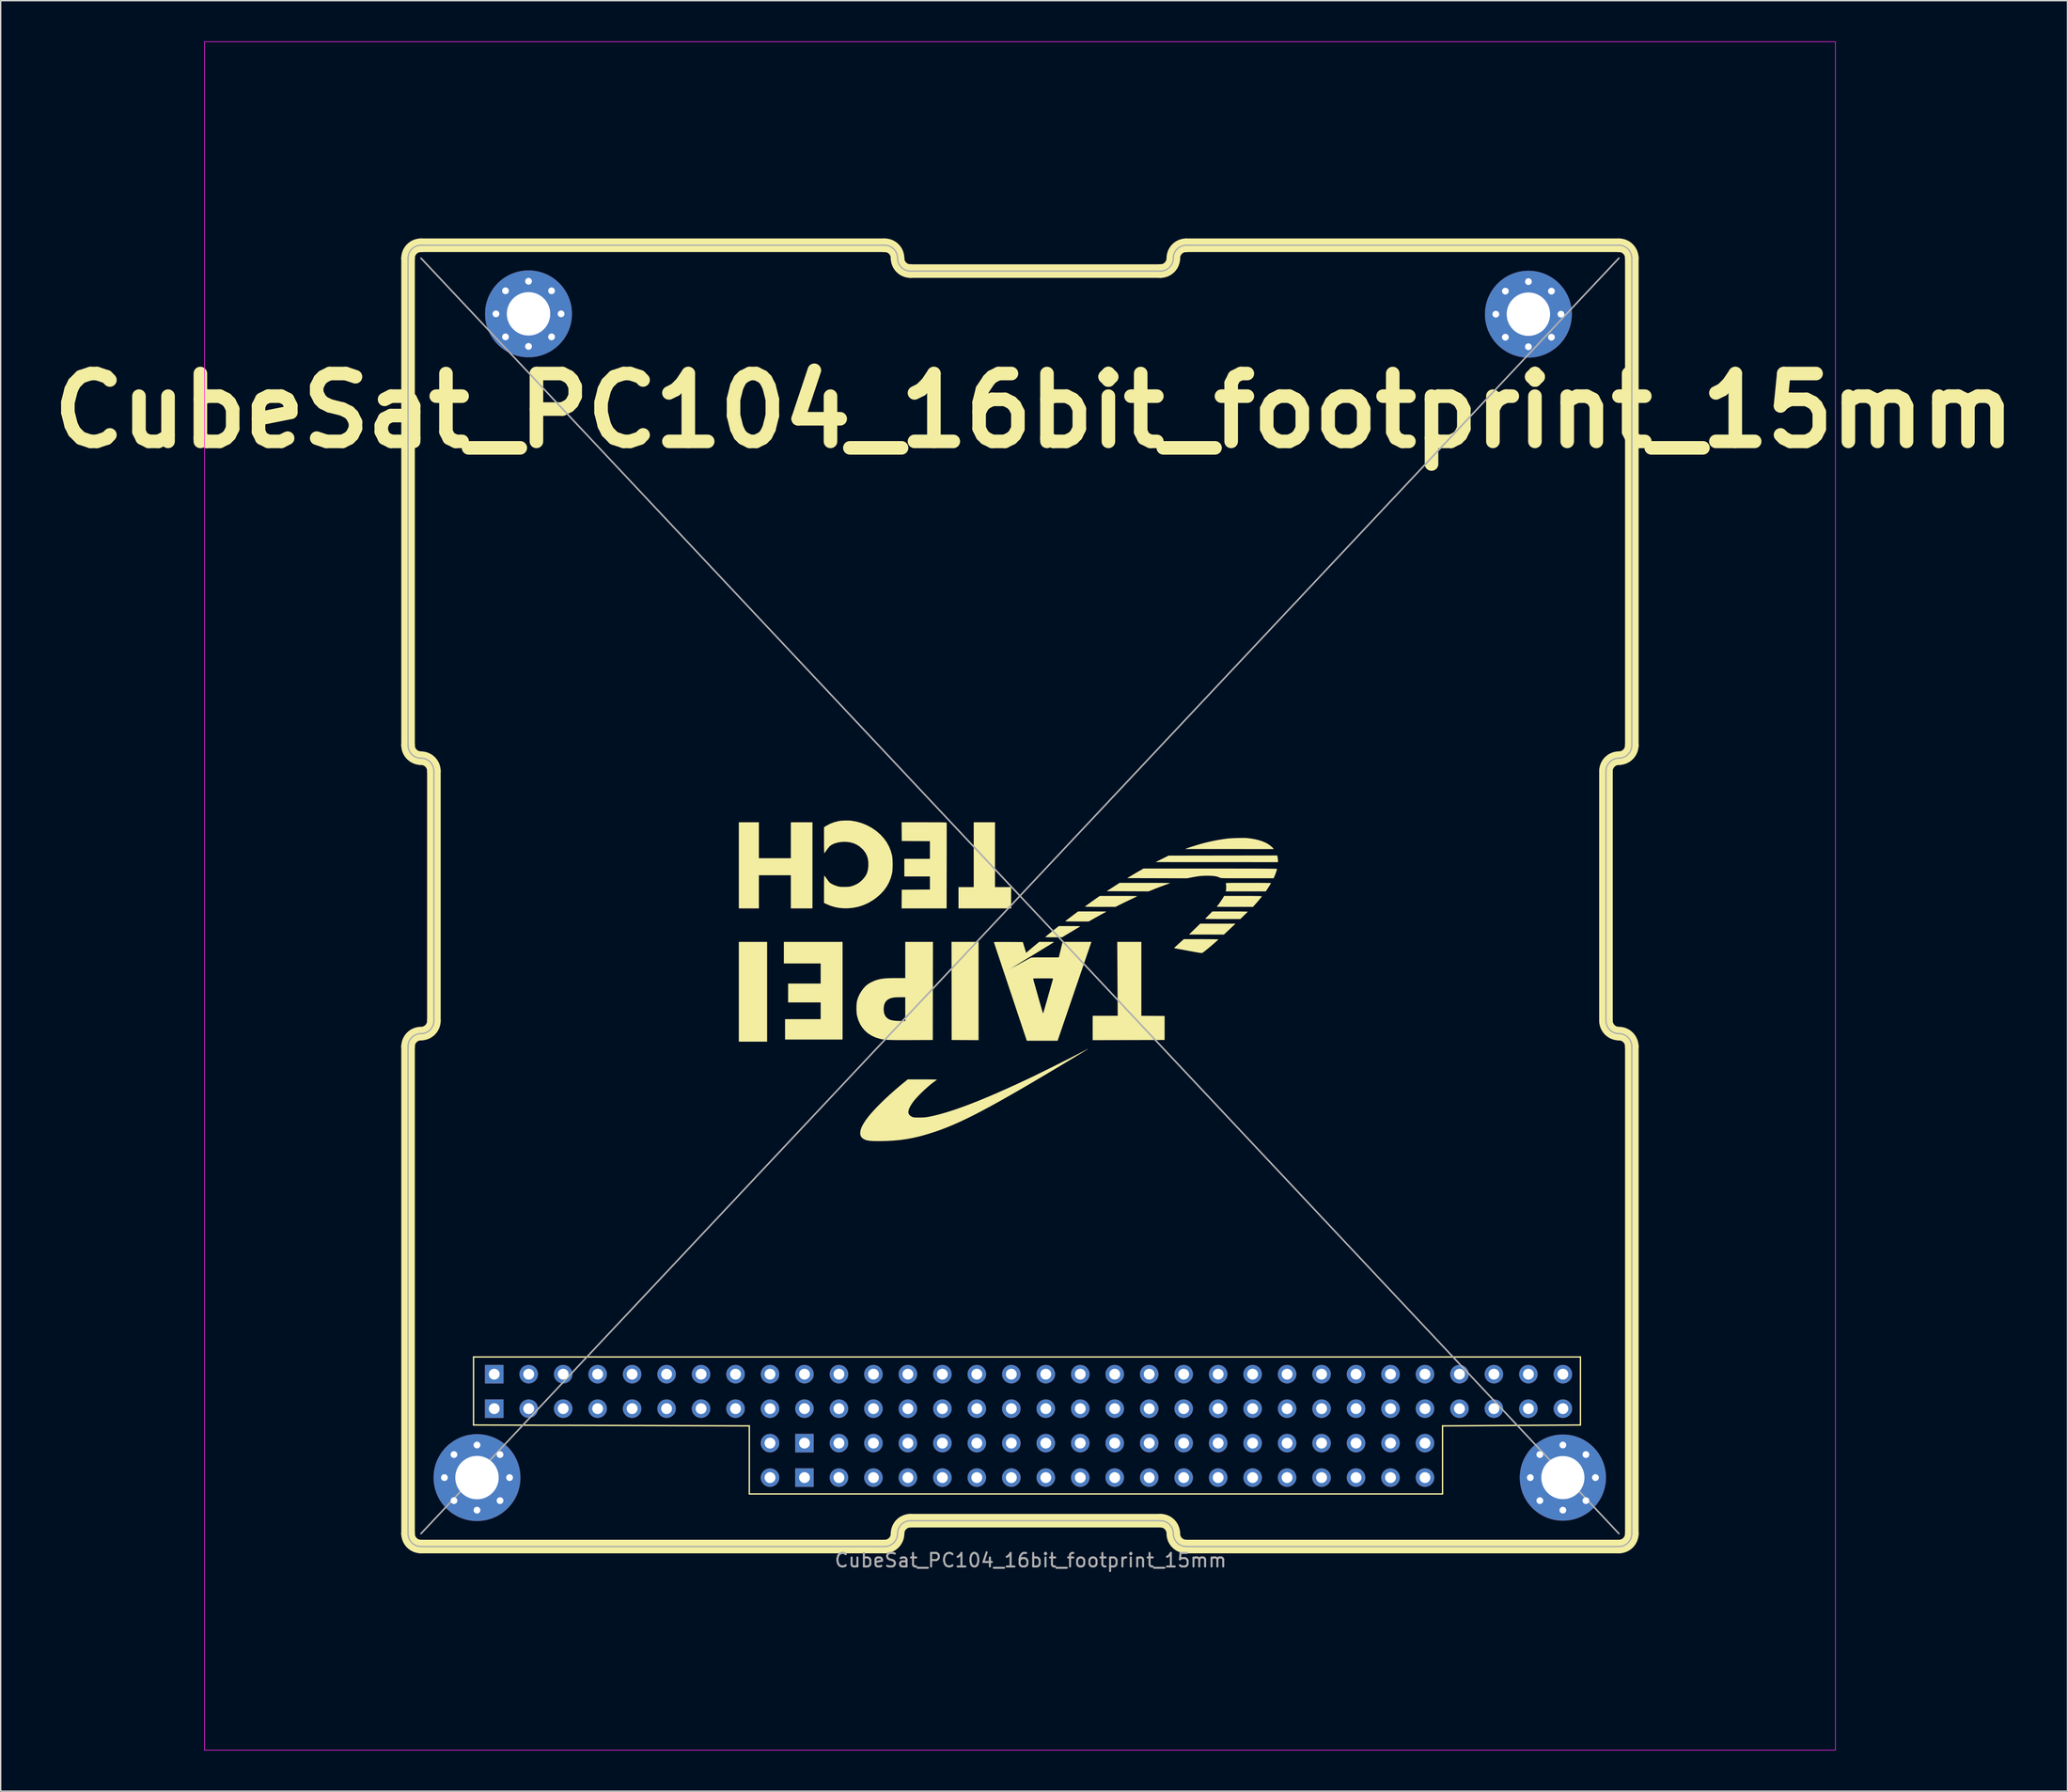
<source format=kicad_pcb>
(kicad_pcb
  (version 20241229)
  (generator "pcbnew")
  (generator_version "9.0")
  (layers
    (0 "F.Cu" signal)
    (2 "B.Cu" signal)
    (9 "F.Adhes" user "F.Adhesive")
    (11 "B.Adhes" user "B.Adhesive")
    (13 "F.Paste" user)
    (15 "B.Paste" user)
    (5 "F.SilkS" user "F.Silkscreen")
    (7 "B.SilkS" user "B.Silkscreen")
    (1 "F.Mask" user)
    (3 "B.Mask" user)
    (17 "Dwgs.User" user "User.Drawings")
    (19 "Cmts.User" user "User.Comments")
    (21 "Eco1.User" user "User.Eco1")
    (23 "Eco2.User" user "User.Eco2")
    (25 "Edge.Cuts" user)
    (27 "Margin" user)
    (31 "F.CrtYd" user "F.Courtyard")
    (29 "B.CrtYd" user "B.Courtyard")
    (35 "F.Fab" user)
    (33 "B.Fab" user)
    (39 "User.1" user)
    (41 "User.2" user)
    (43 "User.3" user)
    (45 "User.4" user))
  (footprint "CubeSat_PC104_16bit_footprint_15mm"
    (layer "F.Cu")
    (at 27.016 110.905)
    (property "Reference" "CubeSat_PC104_16bit_footprint_15mm" (at 46.126 -83.693 0) (layer "F.SilkS") (effects (font (size 5 5) (thickness 1))))
    (attr through_hole)
    (fp_line (start 0 -94.933) (end 0 -59.042) (stroke (width 1) (type solid)) (layer "F.SilkS"))
    (fp_line (start 0 -36.843) (end 0 -0.953) (stroke (width 1) (type solid)) (layer "F.SilkS"))
    (fp_line (start 0.953 -95.885) (end 35.115 -95.885) (stroke (width 1) (type solid)) (layer "F.SilkS"))
    (fp_line (start 0.953 0) (end 35.115 0) (stroke (width 1) (type solid)) (layer "F.SilkS"))
    (fp_line (start 1.905 -57.137) (end 1.905 -38.748) (stroke (width 1) (type solid)) (layer "F.SilkS"))
    (fp_line (start 4.825 -13.97) (end 4.825 -8.955) (stroke (width 0.1) (type default)) (layer "F.SilkS"))
    (fp_line (start 4.825 -8.955) (end 25.145 -8.89) (stroke (width 0.1) (type default)) (layer "F.SilkS"))
    (fp_line (start 25.145 -8.89) (end 25.145 -3.875) (stroke (width 0.1) (type default)) (layer "F.SilkS"))
    (fp_line (start 25.145 -3.875) (end 76.225 -3.875) (stroke (width 0.1) (type default)) (layer "F.SilkS"))
    (fp_line (start 37.02 -93.98) (end 55.435 -93.98) (stroke (width 1) (type solid)) (layer "F.SilkS"))
    (fp_line (start 37.02 -1.905) (end 55.435 -1.905) (stroke (width 1) (type solid)) (layer "F.SilkS"))
    (fp_line (start 57.34 -95.885) (end 89.218 -95.885) (stroke (width 1) (type solid)) (layer "F.SilkS"))
    (fp_line (start 57.34 0) (end 89.218 0) (stroke (width 1) (type solid)) (layer "F.SilkS"))
    (fp_line (start 76.225 -8.89) (end 76.225 -3.875) (stroke (width 0.1) (type default)) (layer "F.SilkS"))
    (fp_line (start 76.225 -8.89) (end 86.385 -8.955) (stroke (width 0.1) (type default)) (layer "F.SilkS"))
    (fp_line (start 86.385 -13.97) (end 4.825 -13.97) (stroke (width 0.1) (type default)) (layer "F.SilkS"))
    (fp_line (start 86.385 -8.955) (end 86.385 -13.97) (stroke (width 0.1) (type default)) (layer "F.SilkS"))
    (fp_line (start 88.265 -57.137) (end 88.265 -38.748) (stroke (width 1) (type solid)) (layer "F.SilkS"))
    (fp_line (start 90.17 -94.933) (end 90.17 -59.042) (stroke (width 1) (type solid)) (layer "F.SilkS"))
    (fp_line (start 90.17 -36.843) (end 90.17 -0.953) (stroke (width 1) (type solid)) (layer "F.SilkS"))
    (fp_arc (start 0 -94.9325) (mid 0.278981 -95.606019) (end 0.9525 -95.885) (stroke (width 1) (type solid)) (layer "F.SilkS"))
    (fp_arc (start 0 -36.8427) (mid 0.278981 -37.516219) (end 0.9525 -37.7952) (stroke (width 1) (type solid)) (layer "F.SilkS"))
    (fp_arc (start 0.9525 -58.0898) (mid 0.278981 -58.368781) (end 0 -59.0423) (stroke (width 1) (type solid)) (layer "F.SilkS"))
    (fp_arc (start 0.9525 -58.0898) (mid 1.626019 -57.810819) (end 1.905 -57.1373) (stroke (width 1) (type solid)) (layer "F.SilkS"))
    (fp_arc (start 0.9525 0) (mid 0.278981 -0.278981) (end 0 -0.9525) (stroke (width 1) (type solid)) (layer "F.SilkS"))
    (fp_arc (start 1.905 -38.7477) (mid 1.626019 -38.074181) (end 0.9525 -37.7952) (stroke (width 1) (type solid)) (layer "F.SilkS"))
    (fp_arc (start 35.1155 -95.885) (mid 35.789019 -95.606019) (end 36.068 -94.9325) (stroke (width 1) (type solid)) (layer "F.SilkS"))
    (fp_arc (start 36.068 -0.9525) (mid 35.789019 -0.278981) (end 35.1155 0) (stroke (width 1) (type solid)) (layer "F.SilkS"))
    (fp_arc (start 36.068 -0.9525) (mid 36.346981 -1.626019) (end 37.0205 -1.905) (stroke (width 1) (type solid)) (layer "F.SilkS"))
    (fp_arc (start 37.0205 -93.98) (mid 36.346981 -94.258981) (end 36.068 -94.9325) (stroke (width 1) (type solid)) (layer "F.SilkS"))
    (fp_arc (start 55.4355 -1.905) (mid 56.109019 -1.626019) (end 56.388 -0.9525) (stroke (width 1) (type solid)) (layer "F.SilkS"))
    (fp_arc (start 56.388 -94.9325) (mid 56.109019 -94.258981) (end 55.4355 -93.98) (stroke (width 1) (type solid)) (layer "F.SilkS"))
    (fp_arc (start 56.388 -94.9325) (mid 56.666981 -95.606019) (end 57.3405 -95.885) (stroke (width 1) (type solid)) (layer "F.SilkS"))
    (fp_arc (start 57.3405 0) (mid 56.666981 -0.278981) (end 56.388 -0.9525) (stroke (width 1) (type solid)) (layer "F.SilkS"))
    (fp_arc (start 88.265 -57.1373) (mid 88.543981 -57.810819) (end 89.2175 -58.0898) (stroke (width 1) (type solid)) (layer "F.SilkS"))
    (fp_arc (start 89.2175 -95.885) (mid 89.891019 -95.606019) (end 90.17 -94.9325) (stroke (width 1) (type solid)) (layer "F.SilkS"))
    (fp_arc (start 89.2175 -37.7952) (mid 88.543981 -38.074181) (end 88.265 -38.7477) (stroke (width 1) (type solid)) (layer "F.SilkS"))
    (fp_arc (start 89.2175 -37.7952) (mid 89.891019 -37.516219) (end 90.17 -36.8427) (stroke (width 1) (type solid)) (layer "F.SilkS"))
    (fp_arc (start 90.17 -59.0423) (mid 89.891019 -58.368781) (end 89.2175 -58.0898) (stroke (width 1) (type solid)) (layer "F.SilkS"))
    (fp_arc (start 90.17 -0.9525) (mid 89.891019 -0.278981) (end 89.2175 0) (stroke (width 1) (type solid)) (layer "F.SilkS"))
    (fp_poly (pts (xy 24.372 -40.878) (xy 24.372 -44.554) (xy 25.414 -44.554) (xy 26.457 -44.554) (xy 26.457 -40.878) (xy 26.457 -37.201) (xy 25.414 -37.201) (xy 24.372 -37.201)) (stroke (width 0) (type solid)) (fill yes) (layer "F.SilkS"))
    (fp_poly (pts (xy 41.045 -37.319) (xy 40.053 -37.324) (xy 40.048 -40.939) (xy 40.042 -44.554) (xy 41.04 -44.554) (xy 42.037 -44.554) (xy 42.037 -40.933) (xy 42.037 -37.313)) (stroke (width 0) (type solid)) (fill yes) (layer "F.SilkS"))
    (fp_poly (pts (xy 59.585 -50.43) (xy 55.074 -50.432) (xy 55.556 -50.671) (xy 56.038 -50.91) (xy 60.042 -50.916) (xy 64.046 -50.921) (xy 64.072 -50.794) (xy 64.087 -50.696) (xy 64.096 -50.592) (xy 64.097 -50.547) (xy 64.097 -50.428)) (stroke (width 0) (type solid)) (fill yes) (layer "F.SilkS"))
    (fp_poly (pts (xy 58.826 -45.093) (xy 57.54 -45.094) (xy 57.955 -45.496) (xy 58.369 -45.897) (xy 59.67 -45.897) (xy 60.97 -45.897) (xy 60.799 -45.736) (xy 60.718 -45.66) (xy 60.617 -45.564) (xy 60.505 -45.46) (xy 60.397 -45.358) (xy 60.37 -45.333) (xy 60.113 -45.092)) (stroke (width 0) (type solid)) (fill yes) (layer "F.SilkS"))
    (fp_poly (pts (xy 40.558 -47.805) (xy 40.558 -48.59) (xy 41.118 -48.59) (xy 41.679 -48.59) (xy 41.679 -50.977) (xy 41.679 -53.365) (xy 42.463 -53.365) (xy 43.248 -53.365) (xy 43.248 -50.977) (xy 43.248 -48.59) (xy 43.842 -48.59) (xy 44.436 -48.59) (xy 44.436 -47.805) (xy 44.436 -47.02) (xy 42.497 -47.02) (xy 40.558 -47.02)) (stroke (width 0) (type solid)) (fill yes) (layer "F.SilkS"))
    (fp_poly (pts (xy 50.444 -38.21) (xy 50.444 -39.107) (xy 51.366 -39.107) (xy 52.289 -39.107) (xy 52.272 -41.83) (xy 52.255 -44.554) (xy 53.143 -44.554) (xy 54.031 -44.554) (xy 54.031 -41.831) (xy 54.031 -39.107) (xy 54.889 -39.101) (xy 55.746 -39.095) (xy 55.746 -38.21) (xy 55.746 -37.324) (xy 53.095 -37.319) (xy 50.444 -37.313)) (stroke (width 0) (type solid)) (fill yes) (layer "F.SilkS"))
    (fp_poly (pts (xy 27.779 -38.109) (xy 27.779 -38.86) (xy 29.091 -38.86) (xy 30.402 -38.86) (xy 30.402 -39.477) (xy 30.402 -40.093) (xy 29.203 -40.093) (xy 28.004 -40.093) (xy 28.004 -40.788) (xy 28.004 -41.483) (xy 29.203 -41.483) (xy 30.402 -41.483) (xy 30.402 -42.223) (xy 30.402 -42.963) (xy 29.046 -42.963) (xy 27.69 -42.963) (xy 27.69 -43.758) (xy 27.69 -44.554) (xy 29.853 -44.554) (xy 32.016 -44.554) (xy 32.016 -40.956) (xy 32.016 -37.358) (xy 29.898 -37.358) (xy 27.779 -37.358)) (stroke (width 0) (type solid)) (fill yes) (layer "F.SilkS"))
    (fp_poly (pts (xy 28.205 -48.242) (xy 28.205 -49.464) (xy 27.028 -49.464) (xy 25.851 -49.464) (xy 25.851 -48.242) (xy 25.851 -47.02) (xy 25.112 -47.02) (xy 24.372 -47.02) (xy 24.372 -50.192) (xy 24.372 -53.365) (xy 25.112 -53.365) (xy 25.851 -53.365) (xy 25.851 -52.042) (xy 25.851 -50.719) (xy 27.028 -50.719) (xy 28.205 -50.719) (xy 28.205 -52.042) (xy 28.205 -53.365) (xy 29.001 -53.365) (xy 29.797 -53.365) (xy 29.797 -50.192) (xy 29.797 -47.02) (xy 29.001 -47.02) (xy 28.205 -47.02)) (stroke (width 0) (type solid)) (fill yes) (layer "F.SilkS"))
    (fp_poly (pts (xy 53.017 -48.281) (xy 51.475 -48.287) (xy 51.952 -48.595) (xy 52.428 -48.903) (xy 54.299 -48.903) (xy 54.584 -48.903) (xy 54.855 -48.903) (xy 55.109 -48.902) (xy 55.343 -48.9) (xy 55.554 -48.898) (xy 55.737 -48.897) (xy 55.891 -48.894) (xy 56.012 -48.892) (xy 56.097 -48.889) (xy 56.142 -48.886) (xy 56.149 -48.885) (xy 56.121 -48.871) (xy 56.059 -48.846) (xy 55.97 -48.813) (xy 55.863 -48.775) (xy 55.814 -48.758) (xy 55.693 -48.715) (xy 55.544 -48.66) (xy 55.378 -48.598) (xy 55.208 -48.532) (xy 55.045 -48.469) (xy 55.03 -48.462) (xy 54.56 -48.275)) (stroke (width 0) (type solid)) (fill yes) (layer "F.SilkS"))
    (fp_poly (pts (xy 47.407 -44.891) (xy 47.261 -44.893) (xy 47.136 -44.895) (xy 47.039 -44.899) (xy 46.975 -44.902) (xy 46.948 -44.907) (xy 46.948 -44.907) (xy 46.965 -44.925) (xy 47.013 -44.967) (xy 47.087 -45.029) (xy 47.183 -45.109) (xy 47.297 -45.201) (xy 47.423 -45.302) (xy 47.447 -45.321) (xy 47.945 -45.718) (xy 48.751 -45.719) (xy 48.935 -45.719) (xy 49.103 -45.718) (xy 49.25 -45.716) (xy 49.372 -45.713) (xy 49.463 -45.71) (xy 49.519 -45.706) (xy 49.535 -45.702) (xy 49.512 -45.687) (xy 49.454 -45.651) (xy 49.367 -45.598) (xy 49.256 -45.531) (xy 49.124 -45.451) (xy 48.976 -45.362) (xy 48.852 -45.288) (xy 48.189 -44.891) (xy 47.568 -44.891)) (stroke (width 0) (type solid)) (fill yes) (layer "F.SilkS"))
    (fp_poly (pts (xy 59.795 -46.236) (xy 59.573 -46.237) (xy 59.369 -46.238) (xy 59.186 -46.24) (xy 59.03 -46.242) (xy 58.903 -46.244) (xy 58.81 -46.247) (xy 58.754 -46.25) (xy 58.739 -46.253) (xy 58.754 -46.274) (xy 58.796 -46.32) (xy 58.859 -46.387) (xy 58.939 -46.469) (xy 59.003 -46.533) (xy 59.267 -46.796) (xy 60.574 -46.796) (xy 60.811 -46.796) (xy 61.034 -46.795) (xy 61.239 -46.794) (xy 61.423 -46.792) (xy 61.58 -46.79) (xy 61.708 -46.787) (xy 61.802 -46.784) (xy 61.858 -46.781) (xy 61.874 -46.779) (xy 61.856 -46.758) (xy 61.811 -46.712) (xy 61.745 -46.645) (xy 61.663 -46.565) (xy 61.595 -46.498) (xy 61.324 -46.236) (xy 60.031 -46.236)) (stroke (width 0) (type solid)) (fill yes) (layer "F.SilkS"))
    (fp_poly (pts (xy 49.098 -46.057) (xy 48.921 -46.058) (xy 48.764 -46.06) (xy 48.631 -46.062) (xy 48.528 -46.065) (xy 48.458 -46.069) (xy 48.428 -46.072) (xy 48.427 -46.073) (xy 48.444 -46.091) (xy 48.493 -46.131) (xy 48.568 -46.191) (xy 48.665 -46.266) (xy 48.779 -46.354) (xy 48.897 -46.443) (xy 49.367 -46.796) (xy 50.41 -46.796) (xy 50.621 -46.796) (xy 50.819 -46.795) (xy 50.997 -46.794) (xy 51.152 -46.793) (xy 51.28 -46.792) (xy 51.375 -46.79) (xy 51.435 -46.789) (xy 51.453 -46.787) (xy 51.435 -46.774) (xy 51.383 -46.743) (xy 51.305 -46.698) (xy 51.207 -46.644) (xy 51.134 -46.604) (xy 50.993 -46.527) (xy 50.831 -46.437) (xy 50.666 -46.346) (xy 50.516 -46.261) (xy 50.484 -46.243) (xy 50.153 -46.056) (xy 49.29 -46.056)) (stroke (width 0) (type solid)) (fill yes) (layer "F.SilkS"))
    (fp_poly (pts (xy 60.516 -51.393) (xy 57.248 -51.394) (xy 57.428 -51.461) (xy 57.527 -51.496) (xy 57.661 -51.541) (xy 57.817 -51.592) (xy 57.988 -51.645) (xy 58.163 -51.699) (xy 58.332 -51.749) (xy 58.485 -51.794) (xy 58.605 -51.827) (xy 58.977 -51.919) (xy 59.371 -52.004) (xy 59.771 -52.078) (xy 60.159 -52.139) (xy 60.376 -52.166) (xy 60.488 -52.177) (xy 60.632 -52.186) (xy 60.798 -52.195) (xy 60.977 -52.202) (xy 61.16 -52.208) (xy 61.337 -52.212) (xy 61.501 -52.213) (xy 61.641 -52.213) (xy 61.748 -52.209) (xy 61.777 -52.207) (xy 62.103 -52.171) (xy 62.416 -52.115) (xy 62.709 -52.042) (xy 62.976 -51.953) (xy 63.21 -51.851) (xy 63.314 -51.794) (xy 63.41 -51.733) (xy 63.51 -51.662) (xy 63.604 -51.588) (xy 63.683 -51.518) (xy 63.737 -51.462) (xy 63.747 -51.448) (xy 63.784 -51.392)) (stroke (width 0) (type solid)) (fill yes) (layer "F.SilkS"))
    (fp_poly (pts (xy 50.743 -47.133) (xy 50.519 -47.134) (xy 50.323 -47.136) (xy 50.159 -47.138) (xy 50.029 -47.141) (xy 49.937 -47.145) (xy 49.883 -47.149) (xy 49.872 -47.153) (xy 49.894 -47.172) (xy 49.95 -47.215) (xy 50.037 -47.279) (xy 50.154 -47.363) (xy 50.297 -47.466) (xy 50.464 -47.585) (xy 50.652 -47.718) (xy 50.846 -47.854) (xy 50.967 -47.939) (xy 52.358 -47.939) (xy 52.648 -47.939) (xy 52.907 -47.938) (xy 53.135 -47.937) (xy 53.329 -47.934) (xy 53.486 -47.932) (xy 53.606 -47.929) (xy 53.686 -47.925) (xy 53.725 -47.921) (xy 53.728 -47.919) (xy 53.702 -47.903) (xy 53.641 -47.872) (xy 53.553 -47.828) (xy 53.443 -47.775) (xy 53.318 -47.715) (xy 53.279 -47.696) (xy 53.118 -47.621) (xy 52.942 -47.536) (xy 52.764 -47.45) (xy 52.6 -47.369) (xy 52.489 -47.314) (xy 52.126 -47.132) (xy 50.993 -47.132)) (stroke (width 0) (type solid)) (fill yes) (layer "F.SilkS"))
    (fp_poly (pts (xy 60.683 -47.133) (xy 60.457 -47.133) (xy 60.249 -47.134) (xy 60.063 -47.136) (xy 59.902 -47.137) (xy 59.77 -47.139) (xy 59.672 -47.141) (xy 59.611 -47.144) (xy 59.591 -47.146) (xy 59.604 -47.169) (xy 59.639 -47.215) (xy 59.679 -47.265) (xy 59.731 -47.332) (xy 59.799 -47.426) (xy 59.875 -47.535) (xy 59.951 -47.649) (xy 60.02 -47.754) (xy 60.073 -47.841) (xy 60.089 -47.869) (xy 60.127 -47.939) (xy 61.518 -47.939) (xy 61.825 -47.939) (xy 62.089 -47.938) (xy 62.312 -47.937) (xy 62.496 -47.935) (xy 62.644 -47.933) (xy 62.757 -47.93) (xy 62.837 -47.926) (xy 62.887 -47.921) (xy 62.908 -47.916) (xy 62.909 -47.914) (xy 62.895 -47.886) (xy 62.854 -47.829) (xy 62.791 -47.749) (xy 62.71 -47.651) (xy 62.615 -47.538) (xy 62.509 -47.417) (xy 62.421 -47.317) (xy 62.255 -47.132) (xy 60.923 -47.132)) (stroke (width 0) (type solid)) (fill yes) (layer "F.SilkS"))
    (fp_poly (pts (xy 60.268 -48.359) (xy 60.277 -48.421) (xy 60.281 -48.509) (xy 60.281 -48.611) (xy 60.276 -48.713) (xy 60.267 -48.8) (xy 60.255 -48.859) (xy 60.253 -48.864) (xy 60.252 -48.872) (xy 60.257 -48.878) (xy 60.27 -48.883) (xy 60.296 -48.888) (xy 60.336 -48.892) (xy 60.395 -48.895) (xy 60.474 -48.898) (xy 60.577 -48.9) (xy 60.706 -48.901) (xy 60.866 -48.902) (xy 61.057 -48.903) (xy 61.285 -48.903) (xy 61.551 -48.903) (xy 61.858 -48.903) (xy 61.909 -48.903) (xy 62.178 -48.903) (xy 62.434 -48.903) (xy 62.673 -48.902) (xy 62.892 -48.901) (xy 63.087 -48.899) (xy 63.254 -48.897) (xy 63.391 -48.895) (xy 63.494 -48.893) (xy 63.558 -48.891) (xy 63.582 -48.889) (xy 63.582 -48.889) (xy 63.569 -48.857) (xy 63.535 -48.795) (xy 63.482 -48.707) (xy 63.415 -48.6) (xy 63.336 -48.479) (xy 63.331 -48.472) (xy 63.199 -48.276) (xy 61.722 -48.276) (xy 60.245 -48.276)) (stroke (width 0) (type solid)) (fill yes) (layer "F.SilkS"))
    (fp_poly (pts (xy 36.371 -47.71) (xy 36.377 -48.399) (xy 37.414 -48.405) (xy 38.451 -48.411) (xy 38.451 -48.892) (xy 38.451 -49.374) (xy 37.509 -49.374) (xy 36.567 -49.374) (xy 36.567 -50.024) (xy 36.567 -50.674) (xy 37.509 -50.674) (xy 38.451 -50.674) (xy 38.451 -51.324) (xy 38.451 -51.974) (xy 37.414 -51.98) (xy 36.377 -51.986) (xy 36.371 -52.675) (xy 36.365 -53.365) (xy 38.023 -53.365) (xy 38.336 -53.365) (xy 38.607 -53.364) (xy 38.839 -53.364) (xy 39.036 -53.363) (xy 39.2 -53.362) (xy 39.334 -53.361) (xy 39.441 -53.359) (xy 39.524 -53.356) (xy 39.586 -53.353) (xy 39.63 -53.349) (xy 39.659 -53.344) (xy 39.677 -53.339) (xy 39.685 -53.332) (xy 39.688 -53.327) (xy 39.688 -53.301) (xy 39.689 -53.232) (xy 39.69 -53.123) (xy 39.69 -52.978) (xy 39.691 -52.798) (xy 39.691 -52.586) (xy 39.691 -52.344) (xy 39.691 -52.076) (xy 39.691 -51.784) (xy 39.691 -51.47) (xy 39.69 -51.137) (xy 39.69 -50.787) (xy 39.689 -50.424) (xy 39.689 -50.155) (xy 39.683 -47.02) (xy 38.024 -47.02) (xy 36.365 -47.02)) (stroke (width 0) (type solid)) (fill yes) (layer "F.SilkS"))
    (fp_poly (pts (xy 58.397 -43.74) (xy 58.33 -43.748) (xy 58.241 -43.762) (xy 58.126 -43.782) (xy 57.981 -43.807) (xy 57.801 -43.84) (xy 57.584 -43.88) (xy 57.468 -43.901) (xy 57.262 -43.939) (xy 57.069 -43.975) (xy 56.894 -44.007) (xy 56.741 -44.036) (xy 56.615 -44.059) (xy 56.521 -44.077) (xy 56.463 -44.088) (xy 56.445 -44.091) (xy 56.455 -44.107) (xy 56.494 -44.148) (xy 56.558 -44.21) (xy 56.642 -44.289) (xy 56.742 -44.38) (xy 56.792 -44.426) (xy 57.159 -44.755) (xy 58.431 -44.754) (xy 58.665 -44.754) (xy 58.885 -44.753) (xy 59.088 -44.752) (xy 59.268 -44.75) (xy 59.423 -44.747) (xy 59.547 -44.745) (xy 59.638 -44.742) (xy 59.691 -44.739) (xy 59.703 -44.737) (xy 59.687 -44.714) (xy 59.64 -44.668) (xy 59.568 -44.601) (xy 59.477 -44.519) (xy 59.37 -44.426) (xy 59.252 -44.325) (xy 59.13 -44.22) (xy 59.006 -44.117) (xy 58.888 -44.019) (xy 58.778 -43.93) (xy 58.683 -43.855) (xy 58.607 -43.797) (xy 58.555 -43.761) (xy 58.544 -43.755) (xy 58.527 -43.746) (xy 58.507 -43.739) (xy 58.481 -43.736) (xy 58.446 -43.736)) (stroke (width 0) (type solid)) (fill yes) (layer "F.SilkS"))
    (fp_poly (pts (xy 55.195 -49.245) (xy 52.989 -49.251) (xy 53.235 -49.4) (xy 53.342 -49.463) (xy 53.474 -49.541) (xy 53.618 -49.626) (xy 53.762 -49.71) (xy 53.837 -49.753) (xy 54.191 -49.957) (xy 59.11 -49.957) (xy 59.677 -49.957) (xy 60.201 -49.957) (xy 60.683 -49.957) (xy 61.125 -49.956) (xy 61.528 -49.956) (xy 61.895 -49.955) (xy 62.226 -49.955) (xy 62.523 -49.954) (xy 62.788 -49.953) (xy 63.023 -49.952) (xy 63.228 -49.951) (xy 63.406 -49.949) (xy 63.558 -49.947) (xy 63.685 -49.946) (xy 63.79 -49.943) (xy 63.874 -49.941) (xy 63.938 -49.939) (xy 63.983 -49.936) (xy 64.013 -49.933) (xy 64.028 -49.93) (xy 64.03 -49.928) (xy 64.022 -49.888) (xy 64.002 -49.818) (xy 63.971 -49.726) (xy 63.936 -49.624) (xy 63.897 -49.521) (xy 63.86 -49.428) (xy 63.838 -49.376) (xy 63.777 -49.24) (xy 61.84 -49.24) (xy 61.501 -49.24) (xy 61.204 -49.24) (xy 60.945 -49.24) (xy 60.723 -49.241) (xy 60.534 -49.241) (xy 60.375 -49.242) (xy 60.244 -49.244) (xy 60.137 -49.246) (xy 60.051 -49.248) (xy 59.984 -49.252) (xy 59.933 -49.255) (xy 59.895 -49.26) (xy 59.866 -49.265) (xy 59.845 -49.272) (xy 59.827 -49.279) (xy 59.814 -49.285) (xy 59.69 -49.338) (xy 59.547 -49.378) (xy 59.381 -49.406) (xy 59.184 -49.422) (xy 58.95 -49.429) (xy 58.919 -49.429) (xy 58.735 -49.427) (xy 58.572 -49.422) (xy 58.418 -49.411) (xy 58.263 -49.394) (xy 58.095 -49.369) (xy 57.903 -49.336) (xy 57.74 -49.305) (xy 57.401 -49.239)) (stroke (width 0) (type solid)) (fill yes) (layer "F.SilkS"))
    (fp_poly (pts (xy 36.184 -37.317) (xy 35.947 -37.318) (xy 35.741 -37.321) (xy 35.562 -37.325) (xy 35.408 -37.331) (xy 35.274 -37.339) (xy 35.157 -37.348) (xy 35.055 -37.359) (xy 34.962 -37.372) (xy 34.876 -37.387) (xy 34.794 -37.405) (xy 34.762 -37.412) (xy 34.446 -37.51) (xy 34.158 -37.642) (xy 33.899 -37.807) (xy 33.67 -38.004) (xy 33.474 -38.232) (xy 33.31 -38.489) (xy 33.181 -38.775) (xy 33.087 -39.087) (xy 33.079 -39.12) (xy 33.056 -39.265) (xy 33.042 -39.439) (xy 33.037 -39.629) (xy 33.041 -39.823) (xy 33.053 -40.006) (xy 33.074 -40.166) (xy 33.089 -40.239) (xy 33.161 -40.462) (xy 33.266 -40.691) (xy 33.398 -40.914) (xy 33.548 -41.119) (xy 33.711 -41.296) (xy 33.783 -41.36) (xy 33.935 -41.471) (xy 34.119 -41.576) (xy 34.32 -41.67) (xy 34.525 -41.746) (xy 34.662 -41.784) (xy 34.794 -41.813) (xy 34.926 -41.836) (xy 35.065 -41.854) (xy 35.218 -41.868) (xy 35.392 -41.877) (xy 35.592 -41.883) (xy 35.826 -41.886) (xy 35.998 -41.886) (xy 36.635 -41.886) (xy 36.635 -43.22) (xy 36.635 -44.554) (xy 37.655 -44.554) (xy 38.675 -44.554) (xy 38.669 -40.939) (xy 38.666 -38.725) (xy 36.635 -38.725) (xy 36.635 -39.6) (xy 36.635 -40.474) (xy 36.253 -40.474) (xy 36.043 -40.471) (xy 35.874 -40.462) (xy 35.741 -40.446) (xy 35.698 -40.439) (xy 35.504 -40.382) (xy 35.345 -40.297) (xy 35.22 -40.185) (xy 35.129 -40.043) (xy 35.072 -39.872) (xy 35.047 -39.671) (xy 35.048 -39.522) (xy 35.071 -39.336) (xy 35.12 -39.18) (xy 35.199 -39.049) (xy 35.26 -38.979) (xy 35.353 -38.901) (xy 35.461 -38.839) (xy 35.589 -38.792) (xy 35.743 -38.759) (xy 35.929 -38.738) (xy 36.15 -38.728) (xy 36.27 -38.726) (xy 36.635 -38.725) (xy 38.666 -38.725) (xy 38.664 -37.324) (xy 37.117 -37.318) (xy 36.766 -37.317) (xy 36.456 -37.316)) (stroke (width 0) (type solid)) (fill yes) (layer "F.SilkS"))
    (fp_poly (pts (xy 32.084 -47.028) (xy 31.754 -47.057) (xy 31.442 -47.118) (xy 31.133 -47.212) (xy 30.834 -47.336) (xy 30.649 -47.421) (xy 30.649 -48.431) (xy 30.649 -48.639) (xy 30.65 -48.833) (xy 30.652 -49.007) (xy 30.654 -49.159) (xy 30.657 -49.282) (xy 30.66 -49.373) (xy 30.663 -49.427) (xy 30.666 -49.441) (xy 30.685 -49.424) (xy 30.723 -49.377) (xy 30.775 -49.308) (xy 30.828 -49.234) (xy 30.895 -49.141) (xy 30.959 -49.055) (xy 31.012 -48.986) (xy 31.039 -48.952) (xy 31.115 -48.887) (xy 31.228 -48.818) (xy 31.368 -48.751) (xy 31.527 -48.69) (xy 31.606 -48.665) (xy 31.691 -48.641) (xy 31.766 -48.624) (xy 31.843 -48.613) (xy 31.934 -48.607) (xy 32.05 -48.604) (xy 32.14 -48.604) (xy 32.313 -48.606) (xy 32.454 -48.614) (xy 32.576 -48.632) (xy 32.693 -48.661) (xy 32.818 -48.703) (xy 32.894 -48.733) (xy 33.073 -48.817) (xy 33.234 -48.918) (xy 33.391 -49.047) (xy 33.464 -49.116) (xy 33.621 -49.29) (xy 33.742 -49.469) (xy 33.828 -49.66) (xy 33.884 -49.872) (xy 33.913 -50.113) (xy 33.916 -50.172) (xy 33.913 -50.446) (xy 33.876 -50.694) (xy 33.805 -50.918) (xy 33.698 -51.124) (xy 33.553 -51.316) (xy 33.502 -51.372) (xy 33.293 -51.562) (xy 33.066 -51.712) (xy 32.82 -51.822) (xy 32.553 -51.893) (xy 32.265 -51.925) (xy 32.045 -51.924) (xy 31.824 -51.903) (xy 31.613 -51.861) (xy 31.42 -51.802) (xy 31.251 -51.727) (xy 31.115 -51.64) (xy 31.078 -51.608) (xy 31.035 -51.561) (xy 30.974 -51.488) (xy 30.906 -51.399) (xy 30.848 -51.32) (xy 30.786 -51.234) (xy 30.732 -51.162) (xy 30.691 -51.111) (xy 30.671 -51.089) (xy 30.665 -51.107) (xy 30.66 -51.17) (xy 30.656 -51.276) (xy 30.653 -51.426) (xy 30.65 -51.618) (xy 30.649 -51.852) (xy 30.649 -52.039) (xy 30.649 -53.003) (xy 30.812 -53.104) (xy 31.093 -53.255) (xy 31.4 -53.373) (xy 31.723 -53.455) (xy 31.778 -53.465) (xy 31.881 -53.478) (xy 32.015 -53.487) (xy 32.166 -53.494) (xy 32.322 -53.496) (xy 32.469 -53.495) (xy 32.594 -53.49) (xy 32.655 -53.484) (xy 33.059 -53.411) (xy 33.449 -53.297) (xy 33.821 -53.143) (xy 34.173 -52.952) (xy 34.501 -52.725) (xy 34.802 -52.463) (xy 34.809 -52.457) (xy 35.061 -52.181) (xy 35.273 -51.886) (xy 35.445 -51.57) (xy 35.578 -51.234) (xy 35.665 -50.914) (xy 35.683 -50.797) (xy 35.696 -50.647) (xy 35.704 -50.473) (xy 35.707 -50.286) (xy 35.705 -50.098) (xy 35.698 -49.919) (xy 35.686 -49.76) (xy 35.669 -49.631) (xy 35.662 -49.598) (xy 35.564 -49.246) (xy 35.429 -48.916) (xy 35.255 -48.607) (xy 35.043 -48.319) (xy 34.791 -48.051) (xy 34.498 -47.801) (xy 34.269 -47.636) (xy 33.921 -47.429) (xy 33.558 -47.264) (xy 33.181 -47.142) (xy 32.792 -47.063) (xy 32.392 -47.026)) (stroke (width 0) (type solid)) (fill yes) (layer "F.SilkS"))
    (fp_poly (pts (xy 34.479 -29.874) (xy 34.276 -29.879) (xy 34.105 -29.889) (xy 33.961 -29.904) (xy 33.84 -29.925) (xy 33.736 -29.953) (xy 33.646 -29.988) (xy 33.566 -30.031) (xy 33.527 -30.055) (xy 33.424 -30.141) (xy 33.358 -30.238) (xy 33.324 -30.357) (xy 33.317 -30.466) (xy 33.331 -30.622) (xy 33.375 -30.788) (xy 33.451 -30.969) (xy 33.56 -31.168) (xy 33.702 -31.388) (xy 33.869 -31.615) (xy 34.071 -31.863) (xy 34.306 -32.129) (xy 34.571 -32.41) (xy 34.863 -32.704) (xy 35.179 -33.008) (xy 35.516 -33.319) (xy 35.871 -33.634) (xy 36.243 -33.951) (xy 36.496 -34.16) (xy 36.816 -34.421) (xy 37.907 -34.421) (xy 38.122 -34.421) (xy 38.323 -34.42) (xy 38.504 -34.418) (xy 38.662 -34.416) (xy 38.793 -34.413) (xy 38.891 -34.41) (xy 38.954 -34.407) (xy 38.976 -34.403) (xy 38.976 -34.403) (xy 38.949 -34.382) (xy 38.895 -34.343) (xy 38.824 -34.293) (xy 38.798 -34.274) (xy 38.626 -34.147) (xy 38.437 -33.993) (xy 38.237 -33.821) (xy 38.034 -33.636) (xy 37.835 -33.446) (xy 37.646 -33.256) (xy 37.474 -33.074) (xy 37.326 -32.905) (xy 37.23 -32.785) (xy 37.088 -32.581) (xy 36.98 -32.394) (xy 36.906 -32.226) (xy 36.868 -32.079) (xy 36.866 -31.954) (xy 36.87 -31.933) (xy 36.912 -31.839) (xy 36.991 -31.752) (xy 37.098 -31.681) (xy 37.146 -31.66) (xy 37.196 -31.641) (xy 37.243 -31.628) (xy 37.297 -31.619) (xy 37.367 -31.613) (xy 37.459 -31.61) (xy 37.582 -31.61) (xy 37.677 -31.61) (xy 37.841 -31.612) (xy 37.975 -31.616) (xy 38.09 -31.625) (xy 38.201 -31.638) (xy 38.321 -31.658) (xy 38.395 -31.672) (xy 38.767 -31.752) (xy 39.166 -31.851) (xy 39.593 -31.972) (xy 40.047 -32.114) (xy 40.53 -32.277) (xy 41.043 -32.462) (xy 41.587 -32.669) (xy 42.162 -32.899) (xy 42.77 -33.151) (xy 43.412 -33.427) (xy 44.089 -33.727) (xy 44.8 -34.05) (xy 45.549 -34.398) (xy 45.602 -34.423) (xy 45.833 -34.533) (xy 46.095 -34.658) (xy 46.381 -34.798) (xy 46.688 -34.948) (xy 47.01 -35.107) (xy 47.342 -35.271) (xy 47.68 -35.439) (xy 48.017 -35.608) (xy 48.349 -35.775) (xy 48.671 -35.938) (xy 48.977 -36.094) (xy 49.264 -36.241) (xy 49.525 -36.377) (xy 49.756 -36.498) (xy 49.951 -36.601) (xy 50.024 -36.639) (xy 50.075 -36.664) (xy 50.098 -36.671) (xy 50.097 -36.668) (xy 50.07 -36.648) (xy 50.007 -36.607) (xy 49.911 -36.547) (xy 49.784 -36.468) (xy 49.63 -36.373) (xy 49.451 -36.264) (xy 49.249 -36.141) (xy 49.029 -36.007) (xy 48.791 -35.864) (xy 48.54 -35.712) (xy 48.277 -35.554) (xy 48.005 -35.391) (xy 47.728 -35.225) (xy 47.448 -35.058) (xy 47.167 -34.891) (xy 46.889 -34.725) (xy 46.616 -34.563) (xy 46.351 -34.406) (xy 46.096 -34.256) (xy 45.855 -34.114) (xy 45.629 -33.982) (xy 45.613 -33.973) (xy 45.015 -33.625) (xy 44.451 -33.301) (xy 43.92 -32.999) (xy 43.42 -32.719) (xy 42.949 -32.459) (xy 42.503 -32.219) (xy 42.082 -31.996) (xy 41.682 -31.79) (xy 41.302 -31.601) (xy 40.939 -31.426) (xy 40.591 -31.264) (xy 40.256 -31.115) (xy 39.931 -30.977) (xy 39.615 -30.85) (xy 39.304 -30.732) (xy 38.998 -30.622) (xy 38.764 -30.542) (xy 38.235 -30.374) (xy 37.731 -30.233) (xy 37.244 -30.119) (xy 36.765 -30.028) (xy 36.285 -29.959) (xy 35.795 -29.912) (xy 35.286 -29.884) (xy 34.995 -29.877) (xy 34.717 -29.873)) (stroke (width 0) (type solid)) (fill yes) (layer "F.SilkS"))
    (fp_poly (pts (xy 44.384 -40.883) (xy 44.254 -41.272) (xy 44.128 -41.65) (xy 44.006 -42.014) (xy 43.89 -42.363) (xy 43.779 -42.693) (xy 43.676 -43.004) (xy 43.579 -43.292) (xy 43.491 -43.555) (xy 43.412 -43.792) (xy 43.343 -44) (xy 43.284 -44.176) (xy 43.236 -44.319) (xy 43.2 -44.426) (xy 43.176 -44.496) (xy 43.166 -44.526) (xy 43.166 -44.526) (xy 43.171 -44.533) (xy 43.196 -44.539) (xy 43.242 -44.543) (xy 43.313 -44.546) (xy 43.413 -44.549) (xy 43.544 -44.55) (xy 43.71 -44.551) (xy 43.913 -44.55) (xy 44.157 -44.549) (xy 44.226 -44.549) (xy 45.298 -44.543) (xy 45.42 -44.145) (xy 45.542 -43.746) (xy 45.589 -43.788) (xy 45.619 -43.814) (xy 45.677 -43.864) (xy 45.76 -43.934) (xy 45.862 -44.019) (xy 45.976 -44.115) (xy 46.068 -44.192) (xy 46.501 -44.554) (xy 47.054 -44.554) (xy 47.227 -44.554) (xy 47.359 -44.553) (xy 47.456 -44.551) (xy 47.522 -44.547) (xy 47.561 -44.542) (xy 47.578 -44.535) (xy 47.577 -44.526) (xy 47.574 -44.523) (xy 47.55 -44.507) (xy 47.491 -44.469) (xy 47.399 -44.412) (xy 47.278 -44.337) (xy 47.13 -44.247) (xy 46.959 -44.142) (xy 46.768 -44.025) (xy 46.56 -43.898) (xy 46.337 -43.763) (xy 46.102 -43.621) (xy 46.05 -43.589) (xy 45.814 -43.446) (xy 45.589 -43.31) (xy 45.378 -43.181) (xy 45.184 -43.063) (xy 45.009 -42.957) (xy 44.858 -42.864) (xy 44.732 -42.787) (xy 44.635 -42.727) (xy 44.569 -42.686) (xy 44.539 -42.666) (xy 44.537 -42.665) (xy 44.532 -42.658) (xy 44.542 -42.66) (xy 44.57 -42.673) (xy 44.62 -42.698) (xy 44.695 -42.738) (xy 44.798 -42.793) (xy 44.931 -42.866) (xy 45.099 -42.958) (xy 45.21 -43.019) (xy 45.357 -43.1) (xy 45.495 -43.176) (xy 45.619 -43.243) (xy 45.723 -43.3) (xy 45.8 -43.341) (xy 45.842 -43.363) (xy 45.866 -43.374) (xy 45.89 -43.384) (xy 45.92 -43.391) (xy 45.96 -43.397) (xy 46.014 -43.402) (xy 46.085 -43.406) (xy 46.179 -43.408) (xy 46.299 -43.41) (xy 46.45 -43.41) (xy 46.637 -43.411) (xy 46.862 -43.411) (xy 46.943 -43.411) (xy 47.95 -43.411) (xy 48.089 -43.983) (xy 48.229 -44.554) (xy 49.29 -44.554) (xy 50.352 -44.554) (xy 50.289 -44.369) (xy 50.236 -44.216) (xy 50.173 -44.031) (xy 50.1 -43.818) (xy 50.018 -43.579) (xy 49.929 -43.318) (xy 49.833 -43.037) (xy 49.731 -42.739) (xy 49.699 -42.647) (xy 44.498 -42.647) (xy 44.495 -42.649) (xy 44.474 -42.633) (xy 44.47 -42.626) (xy 44.464 -42.605) (xy 44.467 -42.604) (xy 44.488 -42.62) (xy 44.492 -42.626) (xy 44.498 -42.647) (xy 49.699 -42.647) (xy 49.681 -42.593) (xy 44.436 -42.593) (xy 44.425 -42.604) (xy 44.414 -42.593) (xy 44.425 -42.581) (xy 44.436 -42.593) (xy 49.681 -42.593) (xy 49.673 -42.57) (xy 44.391 -42.57) (xy 44.38 -42.581) (xy 44.369 -42.57) (xy 44.38 -42.559) (xy 44.391 -42.57) (xy 49.673 -42.57) (xy 49.624 -42.427) (xy 49.513 -42.103) (xy 49.422 -41.836) (xy 47.522 -41.836) (xy 47.515 -41.844) (xy 47.495 -41.851) (xy 47.458 -41.856) (xy 47.399 -41.859) (xy 47.315 -41.862) (xy 47.201 -41.863) (xy 47.052 -41.864) (xy 46.864 -41.864) (xy 46.789 -41.864) (xy 46.579 -41.864) (xy 46.411 -41.863) (xy 46.279 -41.861) (xy 46.182 -41.858) (xy 46.115 -41.853) (xy 46.074 -41.848) (xy 46.057 -41.841) (xy 46.056 -41.836) (xy 46.063 -41.81) (xy 46.082 -41.744) (xy 46.111 -41.644) (xy 46.148 -41.511) (xy 46.193 -41.351) (xy 46.245 -41.167) (xy 46.302 -40.963) (xy 46.364 -40.744) (xy 46.422 -40.537) (xy 46.486 -40.307) (xy 46.548 -40.092) (xy 46.605 -39.894) (xy 46.656 -39.717) (xy 46.701 -39.565) (xy 46.738 -39.442) (xy 46.766 -39.351) (xy 46.785 -39.296) (xy 46.792 -39.281) (xy 46.801 -39.305) (xy 46.82 -39.368) (xy 46.85 -39.467) (xy 46.888 -39.597) (xy 46.934 -39.755) (xy 46.986 -39.937) (xy 47.044 -40.138) (xy 47.106 -40.356) (xy 47.158 -40.541) (xy 47.223 -40.77) (xy 47.284 -40.986) (xy 47.341 -41.187) (xy 47.392 -41.367) (xy 47.436 -41.523) (xy 47.472 -41.65) (xy 47.499 -41.746) (xy 47.516 -41.806) (xy 47.522 -41.825) (xy 47.522 -41.836) (xy 49.422 -41.836) (xy 49.4 -41.77) (xy 49.284 -41.432) (xy 49.167 -41.091) (xy 49.051 -40.75) (xy 48.935 -40.412) (xy 48.821 -40.079) (xy 48.71 -39.754) (xy 48.603 -39.44) (xy 48.501 -39.141) (xy 48.404 -38.858) (xy 48.314 -38.594) (xy 48.232 -38.353) (xy 48.158 -38.137) (xy 48.094 -37.95) (xy 48.04 -37.793) (xy 47.998 -37.669) (xy 47.968 -37.582) (xy 47.952 -37.535) (xy 47.951 -37.532) (xy 47.862 -37.268) (xy 46.727 -37.268) (xy 45.591 -37.268)) (stroke (width 0) (type solid)) (fill yes) (layer "F.SilkS"))
    (fp_line (start -15 -110.88) (end 105.17 -110.88) (stroke (width 0.05) (type solid)) (layer "F.CrtYd"))
    (fp_line (start -15 15) (end -15 -110.88) (stroke (width 0.05) (type solid)) (layer "F.CrtYd"))
    (fp_line (start -15 15) (end 105.17 15) (stroke (width 0.05) (type solid)) (layer "F.CrtYd"))
    (fp_line (start 105.17 15) (end 105.17 -110.88) (stroke (width 0.05) (type solid)) (layer "F.CrtYd"))
    (fp_line (start 0 -94.933) (end 0 -59.042) (stroke (width 0.1) (type solid)) (layer "F.Fab"))
    (fp_line (start 0 -36.843) (end 0 -0.953) (stroke (width 0.1) (type solid)) (layer "F.Fab"))
    (fp_line (start 0.953 -95.885) (end 35.115 -95.885) (stroke (width 0.1) (type solid)) (layer "F.Fab"))
    (fp_line (start 0.953 -0.953) (end 89.218 -94.933) (stroke (width 0.12) (type solid)) (layer "F.Fab"))
    (fp_line (start 0.953 0) (end 35.115 0) (stroke (width 0.1) (type solid)) (layer "F.Fab"))
    (fp_line (start 1.905 -57.137) (end 1.905 -38.748) (stroke (width 0.1) (type solid)) (layer "F.Fab"))
    (fp_line (start 37.02 -93.98) (end 55.435 -93.98) (stroke (width 0.1) (type solid)) (layer "F.Fab"))
    (fp_line (start 37.02 -1.905) (end 55.435 -1.905) (stroke (width 0.1) (type solid)) (layer "F.Fab"))
    (fp_line (start 57.34 -95.885) (end 89.218 -95.885) (stroke (width 0.1) (type solid)) (layer "F.Fab"))
    (fp_line (start 57.34 0) (end 89.218 0) (stroke (width 0.1) (type solid)) (layer "F.Fab"))
    (fp_line (start 88.265 -57.137) (end 88.265 -38.748) (stroke (width 0.1) (type solid)) (layer "F.Fab"))
    (fp_line (start 89.218 -0.953) (end 0.953 -94.933) (stroke (width 0.12) (type solid)) (layer "F.Fab"))
    (fp_line (start 90.17 -94.933) (end 90.17 -59.042) (stroke (width 0.1) (type solid)) (layer "F.Fab"))
    (fp_line (start 90.17 -36.843) (end 90.17 -0.953) (stroke (width 0.1) (type solid)) (layer "F.Fab"))
    (fp_arc (start 0 -94.9325) (mid 0.278981 -95.606019) (end 0.9525 -95.885) (stroke (width 0.1) (type solid)) (layer "F.Fab"))
    (fp_arc (start 0 -36.8427) (mid 0.278981 -37.516219) (end 0.9525 -37.7952) (stroke (width 0.1) (type solid)) (layer "F.Fab"))
    (fp_arc (start 0.9525 -58.0898) (mid 0.278981 -58.368781) (end 0 -59.0423) (stroke (width 0.1) (type solid)) (layer "F.Fab"))
    (fp_arc (start 0.9525 -58.0898) (mid 1.626019 -57.810819) (end 1.905 -57.1373) (stroke (width 0.1) (type solid)) (layer "F.Fab"))
    (fp_arc (start 0.9525 0) (mid 0.278981 -0.278981) (end 0 -0.9525) (stroke (width 0.1) (type solid)) (layer "F.Fab"))
    (fp_arc (start 1.905 -38.7477) (mid 1.626019 -38.074181) (end 0.9525 -37.7952) (stroke (width 0.1) (type solid)) (layer "F.Fab"))
    (fp_arc (start 35.1155 -95.885) (mid 35.789019 -95.606019) (end 36.068 -94.9325) (stroke (width 0.1) (type solid)) (layer "F.Fab"))
    (fp_arc (start 36.068 -0.9525) (mid 35.789019 -0.278981) (end 35.1155 0) (stroke (width 0.1) (type solid)) (layer "F.Fab"))
    (fp_arc (start 36.068 -0.9525) (mid 36.346981 -1.626019) (end 37.0205 -1.905) (stroke (width 0.1) (type solid)) (layer "F.Fab"))
    (fp_arc (start 37.0205 -93.98) (mid 36.346981 -94.258981) (end 36.068 -94.9325) (stroke (width 0.1) (type solid)) (layer "F.Fab"))
    (fp_arc (start 55.4355 -1.905) (mid 56.109019 -1.626019) (end 56.388 -0.9525) (stroke (width 0.1) (type solid)) (layer "F.Fab"))
    (fp_arc (start 56.388 -94.9325) (mid 56.109019 -94.258981) (end 55.4355 -93.98) (stroke (width 0.1) (type solid)) (layer "F.Fab"))
    (fp_arc (start 56.388 -94.9325) (mid 56.666981 -95.606019) (end 57.3405 -95.885) (stroke (width 0.1) (type solid)) (layer "F.Fab"))
    (fp_arc (start 57.3405 0) (mid 56.666981 -0.278981) (end 56.388 -0.9525) (stroke (width 0.1) (type solid)) (layer "F.Fab"))
    (fp_arc (start 88.265 -57.1373) (mid 88.543981 -57.810819) (end 89.2175 -58.0898) (stroke (width 0.1) (type solid)) (layer "F.Fab"))
    (fp_arc (start 89.2175 -95.885) (mid 89.891019 -95.606019) (end 90.17 -94.9325) (stroke (width 0.1) (type solid)) (layer "F.Fab"))
    (fp_arc (start 89.2175 -37.7952) (mid 88.543981 -38.074181) (end 88.265 -38.7477) (stroke (width 0.1) (type solid)) (layer "F.Fab"))
    (fp_arc (start 89.2175 -37.7952) (mid 89.891019 -37.516219) (end 90.17 -36.8427) (stroke (width 0.1) (type solid)) (layer "F.Fab"))
    (fp_arc (start 90.17 -59.0423) (mid 89.891019 -58.368781) (end 89.2175 -58.0898) (stroke (width 0.1) (type solid)) (layer "F.Fab"))
    (fp_arc (start 90.17 -0.9525) (mid 89.891019 -0.278981) (end 89.2175 0) (stroke (width 0.1) (type solid)) (layer "F.Fab"))
    (fp_text user "${REFERENCE}" (at 45.872 1.016 180) (layer "F.Fab") (effects (font (size 1 1) (thickness 0.15))))
    (pad "A1" thru_hole rect (at 6.35 -10.16) (size 1.365 1.365) (drill 0.8) (layers "*.Cu" "*.Mask"))
    (pad "A2" thru_hole circle (at 8.89 -10.16) (size 1.365 1.365) (drill 0.8) (layers "*.Cu" "*.Mask"))
    (pad "A3" thru_hole circle (at 11.43 -10.16) (size 1.365 1.365) (drill 0.8) (layers "*.Cu" "*.Mask"))
    (pad "A4" thru_hole circle (at 13.97 -10.16) (size 1.365 1.365) (drill 0.8) (layers "*.Cu" "*.Mask"))
    (pad "A5" thru_hole circle (at 16.51 -10.16) (size 1.365 1.365) (drill 0.8) (layers "*.Cu" "*.Mask"))
    (pad "A6" thru_hole circle (at 19.05 -10.16) (size 1.365 1.365) (drill 0.8) (layers "*.Cu" "*.Mask"))
    (pad "A7" thru_hole circle (at 21.59 -10.16) (size 1.365 1.365) (drill 0.8) (layers "*.Cu" "*.Mask"))
    (pad "A8" thru_hole circle (at 24.13 -10.16) (size 1.365 1.365) (drill 0.8) (layers "*.Cu" "*.Mask"))
    (pad "A9" thru_hole circle (at 26.67 -10.16) (size 1.365 1.365) (drill 0.8) (layers "*.Cu" "*.Mask"))
    (pad "A10" thru_hole circle (at 29.21 -10.16) (size 1.365 1.365) (drill 0.8) (layers "*.Cu" "*.Mask"))
    (pad "A11" thru_hole circle (at 31.75 -10.16) (size 1.365 1.365) (drill 0.8) (layers "*.Cu" "*.Mask"))
    (pad "A12" thru_hole circle (at 34.29 -10.16) (size 1.365 1.365) (drill 0.8) (layers "*.Cu" "*.Mask"))
    (pad "A13" thru_hole circle (at 36.83 -10.16) (size 1.365 1.365) (drill 0.8) (layers "*.Cu" "*.Mask"))
    (pad "A14" thru_hole circle (at 39.37 -10.16) (size 1.365 1.365) (drill 0.8) (layers "*.Cu" "*.Mask"))
    (pad "A15" thru_hole circle (at 41.91 -10.16) (size 1.365 1.365) (drill 0.8) (layers "*.Cu" "*.Mask"))
    (pad "A16" thru_hole circle (at 44.45 -10.16) (size 1.365 1.365) (drill 0.8) (layers "*.Cu" "*.Mask"))
    (pad "A17" thru_hole circle (at 46.99 -10.16) (size 1.365 1.365) (drill 0.8) (layers "*.Cu" "*.Mask"))
    (pad "A18" thru_hole circle (at 49.53 -10.16) (size 1.365 1.365) (drill 0.8) (layers "*.Cu" "*.Mask"))
    (pad "A19" thru_hole circle (at 52.07 -10.16) (size 1.365 1.365) (drill 0.8) (layers "*.Cu" "*.Mask"))
    (pad "A20" thru_hole circle (at 54.61 -10.16) (size 1.365 1.365) (drill 0.8) (layers "*.Cu" "*.Mask"))
    (pad "A21" thru_hole circle (at 57.15 -10.16) (size 1.365 1.365) (drill 0.8) (layers "*.Cu" "*.Mask"))
    (pad "A22" thru_hole circle (at 59.69 -10.16) (size 1.365 1.365) (drill 0.8) (layers "*.Cu" "*.Mask"))
    (pad "A23" thru_hole circle (at 62.23 -10.16) (size 1.365 1.365) (drill 0.8) (layers "*.Cu" "*.Mask"))
    (pad "A24" thru_hole circle (at 64.77 -10.16) (size 1.365 1.365) (drill 0.8) (layers "*.Cu" "*.Mask"))
    (pad "A25" thru_hole circle (at 67.31 -10.16) (size 1.365 1.365) (drill 0.8) (layers "*.Cu" "*.Mask"))
    (pad "A26" thru_hole circle (at 69.85 -10.16) (size 1.365 1.365) (drill 0.8) (layers "*.Cu" "*.Mask"))
    (pad "A27" thru_hole circle (at 72.39 -10.16) (size 1.365 1.365) (drill 0.8) (layers "*.Cu" "*.Mask"))
    (pad "A28" thru_hole circle (at 74.93 -10.16) (size 1.365 1.365) (drill 0.8) (layers "*.Cu" "*.Mask"))
    (pad "A29" thru_hole circle (at 77.47 -10.16) (size 1.365 1.365) (drill 0.8) (layers "*.Cu" "*.Mask"))
    (pad "A30" thru_hole circle (at 80.01 -10.16) (size 1.365 1.365) (drill 0.8) (layers "*.Cu" "*.Mask"))
    (pad "A31" thru_hole circle (at 82.55 -10.16) (size 1.365 1.365) (drill 0.8) (layers "*.Cu" "*.Mask"))
    (pad "A32" thru_hole circle (at 85.09 -10.16) (size 1.365 1.365) (drill 0.8) (layers "*.Cu" "*.Mask"))
    (pad "B1" thru_hole rect (at 6.35 -12.7) (size 1.365 1.365) (drill 0.8) (layers "*.Cu" "*.Mask"))
    (pad "B2" thru_hole circle (at 8.89 -12.7) (size 1.365 1.365) (drill 0.8) (layers "*.Cu" "*.Mask"))
    (pad "B3" thru_hole circle (at 11.43 -12.7) (size 1.365 1.365) (drill 0.8) (layers "*.Cu" "*.Mask"))
    (pad "B4" thru_hole circle (at 13.97 -12.7) (size 1.365 1.365) (drill 0.8) (layers "*.Cu" "*.Mask"))
    (pad "B5" thru_hole circle (at 16.51 -12.7) (size 1.365 1.365) (drill 0.8) (layers "*.Cu" "*.Mask"))
    (pad "B6" thru_hole circle (at 19.05 -12.7) (size 1.365 1.365) (drill 0.8) (layers "*.Cu" "*.Mask"))
    (pad "B7" thru_hole circle (at 21.59 -12.7) (size 1.365 1.365) (drill 0.8) (layers "*.Cu" "*.Mask"))
    (pad "B8" thru_hole circle (at 24.13 -12.7) (size 1.365 1.365) (drill 0.8) (layers "*.Cu" "*.Mask"))
    (pad "B9" thru_hole circle (at 26.67 -12.7) (size 1.365 1.365) (drill 0.8) (layers "*.Cu" "*.Mask"))
    (pad "B10" thru_hole circle (at 29.21 -12.7) (size 1.365 1.365) (drill 0.8) (layers "*.Cu" "*.Mask"))
    (pad "B11" thru_hole circle (at 31.75 -12.7) (size 1.365 1.365) (drill 0.8) (layers "*.Cu" "*.Mask"))
    (pad "B12" thru_hole circle (at 34.29 -12.7) (size 1.365 1.365) (drill 0.8) (layers "*.Cu" "*.Mask"))
    (pad "B13" thru_hole circle (at 36.83 -12.7) (size 1.365 1.365) (drill 0.8) (layers "*.Cu" "*.Mask"))
    (pad "B14" thru_hole circle (at 39.37 -12.7) (size 1.365 1.365) (drill 0.8) (layers "*.Cu" "*.Mask"))
    (pad "B15" thru_hole circle (at 41.91 -12.7) (size 1.365 1.365) (drill 0.8) (layers "*.Cu" "*.Mask"))
    (pad "B16" thru_hole circle (at 44.45 -12.7) (size 1.365 1.365) (drill 0.8) (layers "*.Cu" "*.Mask"))
    (pad "B17" thru_hole circle (at 46.99 -12.7) (size 1.365 1.365) (drill 0.8) (layers "*.Cu" "*.Mask"))
    (pad "B18" thru_hole circle (at 49.53 -12.7) (size 1.365 1.365) (drill 0.8) (layers "*.Cu" "*.Mask"))
    (pad "B19" thru_hole circle (at 52.07 -12.7) (size 1.365 1.365) (drill 0.8) (layers "*.Cu" "*.Mask"))
    (pad "B20" thru_hole circle (at 54.61 -12.7) (size 1.365 1.365) (drill 0.8) (layers "*.Cu" "*.Mask"))
    (pad "B21" thru_hole circle (at 57.15 -12.7) (size 1.365 1.365) (drill 0.8) (layers "*.Cu" "*.Mask"))
    (pad "B22" thru_hole circle (at 59.69 -12.7) (size 1.365 1.365) (drill 0.8) (layers "*.Cu" "*.Mask"))
    (pad "B23" thru_hole circle (at 62.23 -12.7) (size 1.365 1.365) (drill 0.8) (layers "*.Cu" "*.Mask"))
    (pad "B24" thru_hole circle (at 64.77 -12.7) (size 1.365 1.365) (drill 0.8) (layers "*.Cu" "*.Mask"))
    (pad "B25" thru_hole circle (at 67.31 -12.7) (size 1.365 1.365) (drill 0.8) (layers "*.Cu" "*.Mask"))
    (pad "B26" thru_hole circle (at 69.85 -12.7) (size 1.365 1.365) (drill 0.8) (layers "*.Cu" "*.Mask"))
    (pad "B27" thru_hole circle (at 72.39 -12.7) (size 1.365 1.365) (drill 0.8) (layers "*.Cu" "*.Mask"))
    (pad "B28" thru_hole circle (at 74.93 -12.7) (size 1.365 1.365) (drill 0.8) (layers "*.Cu" "*.Mask"))
    (pad "B29" thru_hole circle (at 77.47 -12.7) (size 1.365 1.365) (drill 0.8) (layers "*.Cu" "*.Mask"))
    (pad "B30" thru_hole circle (at 80.01 -12.7) (size 1.365 1.365) (drill 0.8) (layers "*.Cu" "*.Mask"))
    (pad "B31" thru_hole circle (at 82.55 -12.7) (size 1.365 1.365) (drill 0.8) (layers "*.Cu" "*.Mask"))
    (pad "B32" thru_hole circle (at 85.09 -12.7) (size 1.365 1.365) (drill 0.8) (layers "*.Cu" "*.Mask"))
    (pad "C0" thru_hole circle (at 26.67 -7.62) (size 1.365 1.365) (drill 0.8) (layers "*.Cu" "*.Mask"))
    (pad "C1" thru_hole rect (at 29.21 -7.62) (size 1.365 1.365) (drill 0.8) (layers "*.Cu" "*.Mask"))
    (pad "C2" thru_hole circle (at 31.75 -7.62) (size 1.365 1.365) (drill 0.8) (layers "*.Cu" "*.Mask"))
    (pad "C3" thru_hole circle (at 34.29 -7.62) (size 1.365 1.365) (drill 0.8) (layers "*.Cu" "*.Mask"))
    (pad "C4" thru_hole circle (at 36.83 -7.62) (size 1.365 1.365) (drill 0.8) (layers "*.Cu" "*.Mask"))
    (pad "C5" thru_hole circle (at 39.37 -7.62) (size 1.365 1.365) (drill 0.8) (layers "*.Cu" "*.Mask"))
    (pad "C6" thru_hole circle (at 41.91 -7.62) (size 1.365 1.365) (drill 0.8) (layers "*.Cu" "*.Mask"))
    (pad "C7" thru_hole circle (at 44.45 -7.62) (size 1.365 1.365) (drill 0.8) (layers "*.Cu" "*.Mask"))
    (pad "C8" thru_hole circle (at 46.99 -7.62) (size 1.365 1.365) (drill 0.8) (layers "*.Cu" "*.Mask"))
    (pad "C9" thru_hole circle (at 49.53 -7.62) (size 1.365 1.365) (drill 0.8) (layers "*.Cu" "*.Mask"))
    (pad "C10" thru_hole circle (at 52.07 -7.62) (size 1.365 1.365) (drill 0.8) (layers "*.Cu" "*.Mask"))
    (pad "C11" thru_hole circle (at 54.61 -7.62) (size 1.365 1.365) (drill 0.8) (layers "*.Cu" "*.Mask"))
    (pad "C12" thru_hole circle (at 57.15 -7.62) (size 1.365 1.365) (drill 0.8) (layers "*.Cu" "*.Mask"))
    (pad "C13" thru_hole circle (at 59.69 -7.62) (size 1.365 1.365) (drill 0.8) (layers "*.Cu" "*.Mask"))
    (pad "C14" thru_hole circle (at 62.23 -7.62) (size 1.365 1.365) (drill 0.8) (layers "*.Cu" "*.Mask"))
    (pad "C15" thru_hole circle (at 64.77 -7.62) (size 1.365 1.365) (drill 0.8) (layers "*.Cu" "*.Mask"))
    (pad "C16" thru_hole circle (at 67.31 -7.62) (size 1.365 1.365) (drill 0.8) (layers "*.Cu" "*.Mask"))
    (pad "C17" thru_hole circle (at 69.85 -7.62) (size 1.365 1.365) (drill 0.8) (layers "*.Cu" "*.Mask"))
    (pad "C18" thru_hole circle (at 72.39 -7.62) (size 1.365 1.365) (drill 0.8) (layers "*.Cu" "*.Mask"))
    (pad "C19" thru_hole circle (at 74.93 -7.62) (size 1.365 1.365) (drill 0.8) (layers "*.Cu" "*.Mask"))
    (pad "D0" thru_hole circle (at 26.67 -5.08) (size 1.365 1.365) (drill 0.8) (layers "*.Cu" "*.Mask"))
    (pad "D1" thru_hole rect (at 29.21 -5.08) (size 1.365 1.365) (drill 0.8) (layers "*.Cu" "*.Mask"))
    (pad "D2" thru_hole circle (at 31.75 -5.08) (size 1.365 1.365) (drill 0.8) (layers "*.Cu" "*.Mask"))
    (pad "D3" thru_hole circle (at 34.29 -5.08) (size 1.365 1.365) (drill 0.8) (layers "*.Cu" "*.Mask"))
    (pad "D4" thru_hole circle (at 36.83 -5.08) (size 1.365 1.365) (drill 0.8) (layers "*.Cu" "*.Mask"))
    (pad "D5" thru_hole circle (at 39.37 -5.08) (size 1.365 1.365) (drill 0.8) (layers "*.Cu" "*.Mask"))
    (pad "D6" thru_hole circle (at 41.91 -5.08) (size 1.365 1.365) (drill 0.8) (layers "*.Cu" "*.Mask"))
    (pad "D7" thru_hole circle (at 44.45 -5.08) (size 1.365 1.365) (drill 0.8) (layers "*.Cu" "*.Mask"))
    (pad "D8" thru_hole circle (at 46.99 -5.08) (size 1.365 1.365) (drill 0.8) (layers "*.Cu" "*.Mask"))
    (pad "D9" thru_hole circle (at 49.53 -5.08) (size 1.365 1.365) (drill 0.8) (layers "*.Cu" "*.Mask"))
    (pad "D10" thru_hole circle (at 52.07 -5.08) (size 1.365 1.365) (drill 0.8) (layers "*.Cu" "*.Mask"))
    (pad "D11" thru_hole circle (at 54.61 -5.08) (size 1.365 1.365) (drill 0.8) (layers "*.Cu" "*.Mask"))
    (pad "D12" thru_hole circle (at 57.15 -5.08) (size 1.365 1.365) (drill 0.8) (layers "*.Cu" "*.Mask"))
    (pad "D13" thru_hole circle (at 59.69 -5.08) (size 1.365 1.365) (drill 0.8) (layers "*.Cu" "*.Mask"))
    (pad "D14" thru_hole circle (at 62.23 -5.08) (size 1.365 1.365) (drill 0.8) (layers "*.Cu" "*.Mask"))
    (pad "D15" thru_hole circle (at 64.77 -5.08) (size 1.365 1.365) (drill 0.8) (layers "*.Cu" "*.Mask"))
    (pad "D16" thru_hole circle (at 67.31 -5.08) (size 1.365 1.365) (drill 0.8) (layers "*.Cu" "*.Mask"))
    (pad "D17" thru_hole circle (at 69.85 -5.08) (size 1.365 1.365) (drill 0.8) (layers "*.Cu" "*.Mask"))
    (pad "D18" thru_hole circle (at 72.39 -5.08) (size 1.365 1.365) (drill 0.8) (layers "*.Cu" "*.Mask"))
    (pad "D19" thru_hole circle (at 74.93 -5.08) (size 1.365 1.365) (drill 0.8) (layers "*.Cu" "*.Mask"))
    (pad "MH1" thru_hole circle (at 6.477 -90.83) (size 0.8 0.8) (drill 0.5) (layers "*.Cu" "*.Mask"))
    (pad "MH1" thru_hole circle (at 7.18 -92.527) (size 0.8 0.8) (drill 0.5) (layers "*.Cu" "*.Mask"))
    (pad "MH1" thru_hole circle (at 7.18 -89.133) (size 0.8 0.8) (drill 0.5) (layers "*.Cu" "*.Mask"))
    (pad "MH1" thru_hole circle (at 8.877 -93.23) (size 0.8 0.8) (drill 0.5) (layers "*.Cu" "*.Mask"))
    (pad "MH1" thru_hole circle (at 8.877 -90.83) (size 6.4 6.4) (drill 3.2) (layers "*.Cu" "*.Mask"))
    (pad "MH1" thru_hole circle (at 8.877 -88.43) (size 0.8 0.8) (drill 0.5) (layers "*.Cu" "*.Mask"))
    (pad "MH1" thru_hole circle (at 10.574 -92.527) (size 0.8 0.8) (drill 0.5) (layers "*.Cu" "*.Mask"))
    (pad "MH1" thru_hole circle (at 10.574 -89.133) (size 0.8 0.8) (drill 0.5) (layers "*.Cu" "*.Mask"))
    (pad "MH1" thru_hole circle (at 11.277 -90.83) (size 0.8 0.8) (drill 0.5) (layers "*.Cu" "*.Mask"))
    (pad "MH2" thru_hole circle (at 80.15 -90.805) (size 0.8 0.8) (drill 0.5) (layers "*.Cu" "*.Mask"))
    (pad "MH2" thru_hole circle (at 80.853 -92.502) (size 0.8 0.8) (drill 0.5) (layers "*.Cu" "*.Mask"))
    (pad "MH2" thru_hole circle (at 80.853 -89.108) (size 0.8 0.8) (drill 0.5) (layers "*.Cu" "*.Mask"))
    (pad "MH2" thru_hole circle (at 82.55 -93.205) (size 0.8 0.8) (drill 0.5) (layers "*.Cu" "*.Mask"))
    (pad "MH2" thru_hole circle (at 82.55 -90.805) (size 6.4 6.4) (drill 3.2) (layers "*.Cu" "*.Mask"))
    (pad "MH2" thru_hole circle (at 82.55 -88.405) (size 0.8 0.8) (drill 0.5) (layers "*.Cu" "*.Mask"))
    (pad "MH2" thru_hole circle (at 84.247 -92.502) (size 0.8 0.8) (drill 0.5) (layers "*.Cu" "*.Mask"))
    (pad "MH2" thru_hole circle (at 84.247 -89.108) (size 0.8 0.8) (drill 0.5) (layers "*.Cu" "*.Mask"))
    (pad "MH2" thru_hole circle (at 84.95 -90.805) (size 0.8 0.8) (drill 0.5) (layers "*.Cu" "*.Mask"))
    (pad "MH3" thru_hole circle (at 2.68 -5.08) (size 0.8 0.8) (drill 0.5) (layers "*.Cu" "*.Mask"))
    (pad "MH3" thru_hole circle (at 3.383 -6.777) (size 0.8 0.8) (drill 0.5) (layers "*.Cu" "*.Mask"))
    (pad "MH3" thru_hole circle (at 3.383 -3.383) (size 0.8 0.8) (drill 0.5) (layers "*.Cu" "*.Mask"))
    (pad "MH3" thru_hole circle (at 5.08 -7.48) (size 0.8 0.8) (drill 0.5) (layers "*.Cu" "*.Mask"))
    (pad "MH3" thru_hole circle (at 5.08 -5.08) (size 6.4 6.4) (drill 3.2) (layers "*.Cu" "*.Mask"))
    (pad "MH3" thru_hole circle (at 5.08 -2.68) (size 0.8 0.8) (drill 0.5) (layers "*.Cu" "*.Mask"))
    (pad "MH3" thru_hole circle (at 6.777 -6.777) (size 0.8 0.8) (drill 0.5) (layers "*.Cu" "*.Mask"))
    (pad "MH3" thru_hole circle (at 6.777 -3.383) (size 0.8 0.8) (drill 0.5) (layers "*.Cu" "*.Mask"))
    (pad "MH3" thru_hole circle (at 7.48 -5.08) (size 0.8 0.8) (drill 0.5) (layers "*.Cu" "*.Mask"))
    (pad "MH4" thru_hole circle (at 82.69 -5.08) (size 0.8 0.8) (drill 0.5) (layers "*.Cu" "*.Mask"))
    (pad "MH4" thru_hole circle (at 83.393 -6.777) (size 0.8 0.8) (drill 0.5) (layers "*.Cu" "*.Mask"))
    (pad "MH4" thru_hole circle (at 83.393 -3.383) (size 0.8 0.8) (drill 0.5) (layers "*.Cu" "*.Mask"))
    (pad "MH4" thru_hole circle (at 85.09 -7.48) (size 0.8 0.8) (drill 0.5) (layers "*.Cu" "*.Mask"))
    (pad "MH4" thru_hole circle (at 85.09 -5.08 270) (size 6.35 6.35) (drill 3.18) (layers "*.Cu" "*.Mask"))
    (pad "MH4" thru_hole circle (at 85.09 -2.68) (size 0.8 0.8) (drill 0.5) (layers "*.Cu" "*.Mask"))
    (pad "MH4" thru_hole circle (at 86.787 -6.777) (size 0.8 0.8) (drill 0.5) (layers "*.Cu" "*.Mask"))
    (pad "MH4" thru_hole circle (at 86.787 -3.383) (size 0.8 0.8) (drill 0.5) (layers "*.Cu" "*.Mask"))
    (pad "MH4" thru_hole circle (at 87.49 -5.08) (size 0.8 0.8) (drill 0.5) (layers "*.Cu" "*.Mask")))
  (gr_rect
    (start -3 -3)
    (end 149.286 128.93)
    (stroke (width 0.1) (type default))
    (fill no)
    (layer "Edge.Cuts")))
</source>
